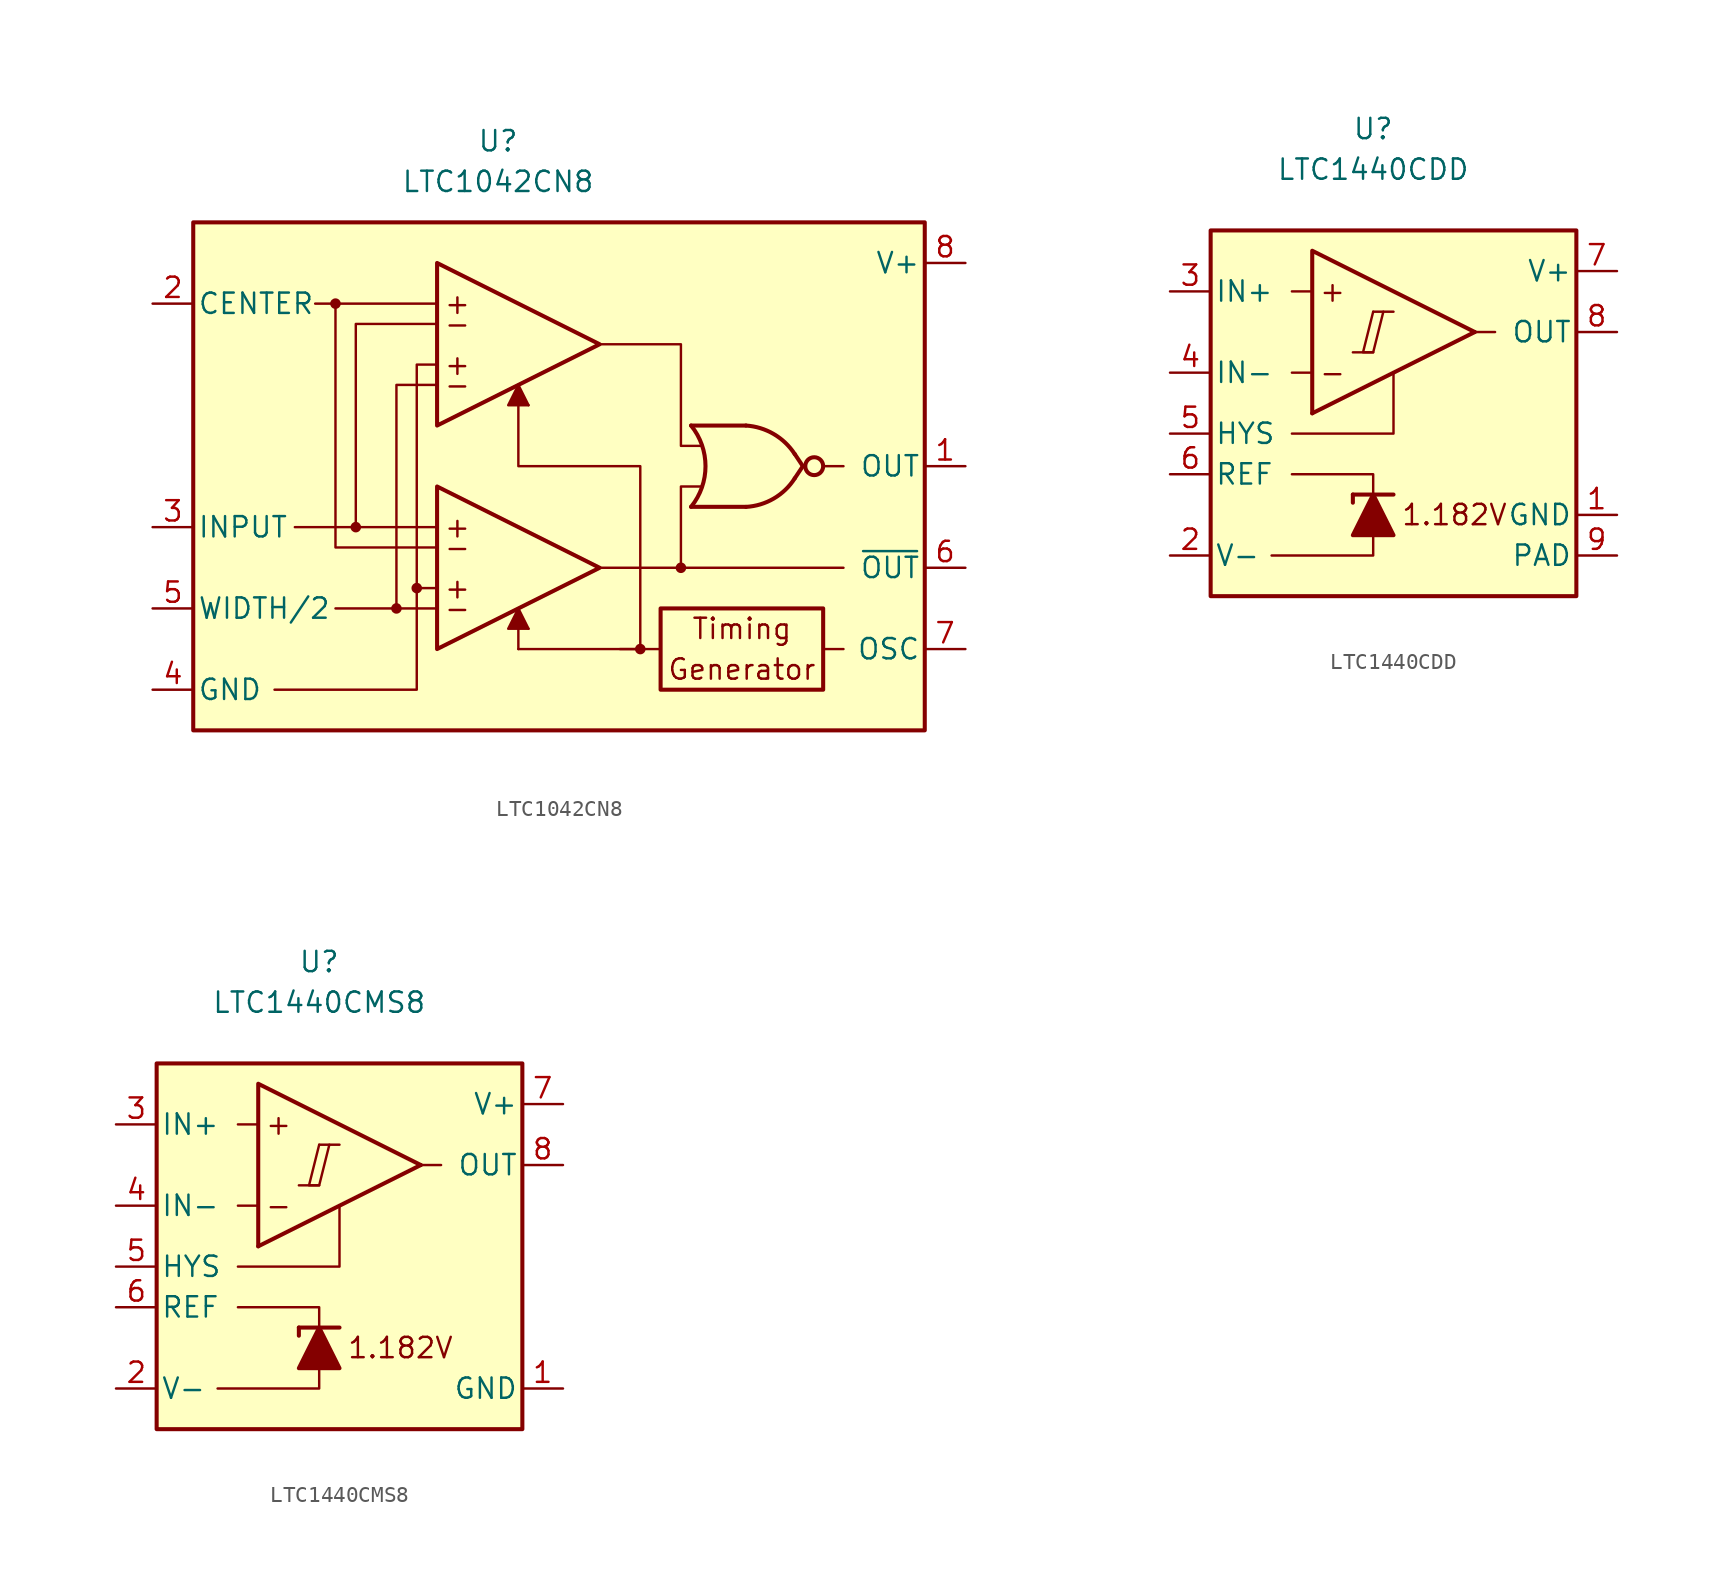
<source format=kicad_sym>
(kicad_symbol_lib
  (version 20231120)
  (generator "kicad_symbol_editor")
  (generator_version "8.0")
  (symbol "LTC1042CN8"
    (pin_names
      (offset 0.254))
    (property "Reference" "U"
      (at 0 20.32 0)
      (effects (font (size 1.27 1.27))))
    (property "Value" "LTC1042CN8"
      (at 0 17.78 0)
      (effects (font (size 1.27 1.27))))
    (symbol "LTC1042CN8_0_0"
      (rectangle (start -19.05 15.24) (end 26.67 -16.51) (stroke (width 0.254) (type default)) (fill (type background)))
      (circle (center -10.16 10.16) (radius 0.254) (stroke (width 0.152) (type default)) (fill (type outline)))
      (circle (center -8.89 -3.81) (radius 0.254) (stroke (width 0.152) (type default)) (fill (type outline)))
      (circle (center -6.35 -8.89) (radius 0.254) (stroke (width 0.152) (type default)) (fill (type outline)))
      (circle (center -5.08 -7.62) (radius 0.254) (stroke (width 0.152) (type default)) (fill (type outline)))
      (polyline (pts (xy -10.16 10.16) (xy -11.43 10.16)) (stroke (width 0.152) (type default)) (fill (type none)))
      (polyline (pts (xy -8.89 -3.81) (xy -12.7 -3.81)) (stroke (width 0.152) (type default)) (fill (type none)))
      (polyline (pts (xy -6.35 -8.89) (xy -10.16 -8.89)) (stroke (width 0.152) (type default)) (fill (type none)))
      (polyline (pts (xy 1.27 -11.43) (xy 1.27 -10.16)) (stroke (width 0.152) (type default)) (fill (type none)))
      (polyline (pts (xy 1.905 -10.16) (xy 1.27 -8.89)) (stroke (width 0.152) (type default)) (fill (type none)))
      (polyline (pts (xy 1.905 3.81) (xy 1.27 5.08)) (stroke (width 0.152) (type default)) (fill (type none)))
      (polyline (pts (xy 10.16 -11.43) (xy 7.62 -11.43)) (stroke (width 0.152) (type default)) (fill (type none)))
      (polyline (pts (xy 11.43 -6.35) (xy 21.59 -6.35)) (stroke (width 0.152) (type default)) (fill (type none)))
      (polyline (pts (xy 12.065 -2.54) (xy 15.494 -2.54)) (stroke (width 0.254) (type default)) (fill (type none)))
      (polyline (pts (xy 12.065 2.54) (xy 15.494 2.54)) (stroke (width 0.254) (type default)) (fill (type none)))
      (polyline (pts (xy 19.05 0) (xy 18.542 -0.762)) (stroke (width 0.254) (type default)) (fill (type none)))
      (polyline (pts (xy 19.05 0) (xy 18.542 0.762)) (stroke (width 0.254) (type default)) (fill (type none)))
      (polyline (pts (xy 20.32 -11.43) (xy 21.59 -11.43)) (stroke (width 0.152) (type default)) (fill (type none)))
      (polyline (pts (xy 20.32 0) (xy 21.59 0)) (stroke (width 0.152) (type default)) (fill (type none)))
      (polyline (pts (xy -5.08 -7.62) (xy -5.08 -13.97) (xy -13.97 -13.97)) (stroke (width 0.152) (type default)) (fill (type none)))
      (polyline (pts (xy 1.27 -8.89) (xy 0.635 -10.16) (xy 1.905 -10.16)) (stroke (width 0.152) (type default)) (fill (type outline)))
      (polyline (pts (xy 1.27 5.08) (xy 0.635 3.81) (xy 1.905 3.81)) (stroke (width 0.152) (type default)) (fill (type outline)))
      (polyline (pts (xy -3.81 -3.81) (xy -8.89 -3.81) (xy -8.89 8.89) (xy -3.81 8.89)) (stroke (width 0.152) (type default)) (fill (type none)))
      (polyline (pts (xy -3.81 5.08) (xy -6.35 5.08) (xy -6.35 -8.89) (xy -3.81 -8.89)) (stroke (width 0.152) (type default)) (fill (type none)))
      (polyline (pts (xy -3.81 6.35) (xy -5.08 6.35) (xy -5.08 -7.62) (xy -3.81 -7.62)) (stroke (width 0.152) (type default)) (fill (type none)))
      (polyline (pts (xy -3.81 10.16) (xy -10.16 10.16) (xy -10.16 -5.08) (xy -3.81 -5.08)) (stroke (width 0.152) (type default)) (fill (type none)))
      (polyline (pts (xy 6.35 -6.35) (xy 11.43 -6.35) (xy 11.43 -1.27) (xy 12.7 -1.27)) (stroke (width 0.152) (type default)) (fill (type none)))
      (polyline (pts (xy 6.35 7.62) (xy 11.43 7.62) (xy 11.43 1.27) (xy 12.7 1.27)) (stroke (width 0.152) (type default)) (fill (type none)))
      (polyline (pts (xy 1.27 -11.43) (xy 8.89 -11.43) (xy 8.89 0) (xy 1.27 0) (xy 1.27 5.08)) (stroke (width 0.152) (type default)) (fill (type none)))
      (circle (center 8.89 -11.43) (radius 0.254) (stroke (width 0.152) (type default)) (fill (type outline)))
      (rectangle (start 10.16 -8.89) (end 20.32 -13.97) (stroke (width 0.254) (type default)) (fill (type none)))
      (circle (center 11.43 -6.35) (radius 0.254) (stroke (width 0.152) (type default)) (fill (type outline)))
      (arc (start 12.065 -2.54) (mid 12.9662 0) (end 12.065 2.54) (stroke (width 0.254) (type default)) (fill (type none)))
      (arc (start 15.494 -2.54) (mid 17.233 -2.0196) (end 18.542 -0.762) (stroke (width 0.254) (type default)) (fill (type none)))
      (arc (start 18.542 0.762) (mid 17.2285 2.0119) (end 15.494 2.54) (stroke (width 0.254) (type default)) (fill (type none)))
      (circle (center 19.761 0) (radius 0.559) (stroke (width 0.254) (type default)) (fill (type none)))
      (text "+" (at -2.54 -7.62 0) (effects (font (size 1.27 1.27))))
      (text "+" (at -2.54 -3.81 0) (effects (font (size 1.27 1.27))))
      (text "+" (at -2.54 6.35 0) (effects (font (size 1.27 1.27))))
      (text "+" (at -2.54 10.16 0) (effects (font (size 1.27 1.27))))
      (text "-" (at -2.54 -8.89 0) (effects (font (size 1.27 1.27))))
      (text "-" (at -2.54 -5.08 0) (effects (font (size 1.27 1.27))))
      (text "-" (at -2.54 5.08 0) (effects (font (size 1.27 1.27))))
      (text "-" (at -2.54 8.89 0) (effects (font (size 1.27 1.27))))
      (text "Generator" (at 15.24 -12.7 0) (effects (font (size 1.27 1.27))))
      (text "Timing" (at 15.24 -10.16 0) (effects (font (size 1.27 1.27)))))
    (symbol "LTC1042CN8_0_1"
      (polyline (pts (xy -3.81 -1.27) (xy -3.81 -11.43) (xy 6.35 -6.35) (xy -3.81 -1.27)) (stroke (width 0.254) (type default)) (fill (type background)))
      (polyline (pts (xy -3.81 12.7) (xy -3.81 2.54) (xy 6.35 7.62) (xy -3.81 12.7)) (stroke (width 0.254) (type default)) (fill (type background))))
    (symbol "LTC1042CN8_1_1"
      (pin output line (at 29.21 0 180) (length 2.54) (name "OUT" (effects (font (size 1.27 1.27)))) (number "1" (effects (font (size 1.27 1.27)))))
      (pin input line (at -21.59 10.16 0) (length 2.54) (name "CENTER" (effects (font (size 1.27 1.27)))) (number "2" (effects (font (size 1.27 1.27)))))
      (pin input line (at -21.59 -3.81 0) (length 2.54) (name "INPUT" (effects (font (size 1.27 1.27)))) (number "3" (effects (font (size 1.27 1.27)))))
      (pin power_in line (at -21.59 -13.97 0) (length 2.54) (name "GND" (effects (font (size 1.27 1.27)))) (number "4" (effects (font (size 1.27 1.27)))))
      (pin input line (at -21.59 -8.89 0) (length 2.54) (name "WIDTH/2" (effects (font (size 1.27 1.27)))) (number "5" (effects (font (size 1.27 1.27)))))
      (pin output line (at 29.21 -6.35 180) (length 2.54) (name "~{OUT}" (effects (font (size 1.27 1.27)))) (number "6" (effects (font (size 1.27 1.27)))))
      (pin passive line (at 29.21 -11.43 180) (length 2.54) (name "OSC" (effects (font (size 1.27 1.27)))) (number "7" (effects (font (size 1.27 1.27)))))
      (pin power_in line (at 29.21 12.7 180) (length 2.54) (name "V+" (effects (font (size 1.27 1.27)))) (number "8" (effects (font (size 1.27 1.27)))))))
  (symbol "LTC1440CDD"
    (pin_names
      (offset 0.254))
    (property "Reference" "U"
      (at 0 16.51 0)
      (effects (font (size 1.27 1.27))))
    (property "Value" "LTC1440CDD"
      (at 0 13.97 0)
      (effects (font (size 1.27 1.27))))
    (symbol "LTC1440CDD_0_0"
      (polyline (pts (xy -1.27 2.54) (xy 0 2.54)) (stroke (width 0.152) (type default)) (fill (type none)))
      (polyline (pts (xy 0 5.08) (xy 1.27 5.08)) (stroke (width 0.152) (type default)) (fill (type none)))
      (polyline (pts (xy 6.35 3.81) (xy -3.81 -1.27)) (stroke (width 0.254) (type default)) (fill (type none)))
      (polyline (pts (xy 6.35 3.81) (xy -3.81 8.89) (xy -3.81 -1.27)) (stroke (width 0.254) (type default)) (fill (type background)))
      (polyline (pts (xy 0 5.08) (xy -0.635 2.54) (xy 0 2.54) (xy 0.635 5.08)) (stroke (width 0.152) (type default)) (fill (type none)))
      (text "+" (at -2.54 6.35 0) (effects (font (size 1.27 1.27))))
      (text "-" (at -2.54 1.27 0) (effects (font (size 1.27 1.27)))))
    (symbol "LTC1440CDD_0_1"
      (polyline (pts (xy -3.81 1.27) (xy -5.08 1.27)) (stroke (width 0) (type default)) (fill (type none)))
      (polyline (pts (xy -3.81 6.35) (xy -5.08 6.35)) (stroke (width 0) (type default)) (fill (type none)))
      (polyline (pts (xy -1.27 -6.35) (xy -1.27 -6.858)) (stroke (width 0.254) (type default)) (fill (type none)))
      (polyline (pts (xy -1.27 -6.35) (xy 1.27 -6.35)) (stroke (width 0.254) (type default)) (fill (type none)))
      (polyline (pts (xy 6.35 3.81) (xy 7.62 3.81)) (stroke (width 0) (type default)) (fill (type none)))
      (polyline (pts (xy 0 -8.89) (xy 0 -10.16) (xy -6.35 -10.16)) (stroke (width 0) (type default)) (fill (type none)))
      (polyline (pts (xy 0 -6.35) (xy 0 -5.08) (xy -5.08 -5.08)) (stroke (width 0) (type default)) (fill (type none)))
      (polyline (pts (xy 1.27 1.27) (xy 1.27 -2.54) (xy -5.08 -2.54)) (stroke (width 0) (type default)) (fill (type none)))
      (polyline (pts (xy 1.27 -8.89) (xy -1.27 -8.89) (xy 0 -6.35) (xy 1.27 -8.89)) (stroke (width 0.254) (type default)) (fill (type outline)))
      (rectangle (start 12.7 10.16) (end -10.16 -12.7) (stroke (width 0.254) (type default)) (fill (type background))))
    (symbol "LTC1440CDD_1_0"
      (text "1.182V" (at 5.08 -7.62 0) (effects (font (size 1.27 1.27)))))
    (symbol "LTC1440CDD_1_1"
      (pin power_in line (at 15.24 -7.62 180) (length 2.54) (name "GND" (effects (font (size 1.27 1.27)))) (number "1" (effects (font (size 1.27 1.27)))))
      (pin power_in line (at -12.7 -10.16 0) (length 2.54) (name "V-" (effects (font (size 1.27 1.27)))) (number "2" (effects (font (size 1.27 1.27)))))
      (pin input line (at -12.7 6.35 0) (length 2.54) (name "IN+" (effects (font (size 1.27 1.27)))) (number "3" (effects (font (size 1.27 1.27)))))
      (pin input line (at -12.7 1.27 0) (length 2.54) (name "IN-" (effects (font (size 1.27 1.27)))) (number "4" (effects (font (size 1.27 1.27)))))
      (pin input line (at -12.7 -2.54 0) (length 2.54) (name "HYS" (effects (font (size 1.27 1.27)))) (number "5" (effects (font (size 1.27 1.27)))))
      (pin output line (at -12.7 -5.08 0) (length 2.54) (name "REF" (effects (font (size 1.27 1.27)))) (number "6" (effects (font (size 1.27 1.27)))))
      (pin power_in line (at 15.24 7.62 180) (length 2.54) (name "V+" (effects (font (size 1.27 1.27)))) (number "7" (effects (font (size 1.27 1.27)))))
      (pin output line (at 15.24 3.81 180) (length 2.54) (name "OUT" (effects (font (size 1.27 1.27)))) (number "8" (effects (font (size 1.27 1.27)))))
      (pin power_in line (at 15.24 -10.16 180) (length 2.54) (name "PAD" (effects (font (size 1.27 1.27)))) (number "9" (effects (font (size 1.27 1.27)))))))
  (symbol "LTC1440CMS8"
    (pin_names
      (offset 0.254))
    (property "Reference" "U"
      (at 0 16.51 0)
      (effects (font (size 1.27 1.27))))
    (property "Value" "LTC1440CMS8"
      (at 0 13.97 0)
      (effects (font (size 1.27 1.27))))
    (symbol "LTC1440CMS8_0_0"
      (polyline (pts (xy -1.27 2.54) (xy 0 2.54)) (stroke (width 0.152) (type default)) (fill (type none)))
      (polyline (pts (xy 0 5.08) (xy 1.27 5.08)) (stroke (width 0.152) (type default)) (fill (type none)))
      (polyline (pts (xy 6.35 3.81) (xy -3.81 -1.27)) (stroke (width 0.254) (type default)) (fill (type none)))
      (polyline (pts (xy 6.35 3.81) (xy -3.81 8.89) (xy -3.81 -1.27)) (stroke (width 0.254) (type default)) (fill (type background)))
      (polyline (pts (xy 0 5.08) (xy -0.635 2.54) (xy 0 2.54) (xy 0.635 5.08)) (stroke (width 0.152) (type default)) (fill (type none)))
      (text "+" (at -2.54 6.35 0) (effects (font (size 1.27 1.27))))
      (text "-" (at -2.54 1.27 0) (effects (font (size 1.27 1.27)))))
    (symbol "LTC1440CMS8_0_1"
      (polyline (pts (xy -3.81 1.27) (xy -5.08 1.27)) (stroke (width 0) (type default)) (fill (type none)))
      (polyline (pts (xy -3.81 6.35) (xy -5.08 6.35)) (stroke (width 0) (type default)) (fill (type none)))
      (polyline (pts (xy -1.27 -6.35) (xy -1.27 -6.858)) (stroke (width 0.254) (type default)) (fill (type none)))
      (polyline (pts (xy -1.27 -6.35) (xy 1.27 -6.35)) (stroke (width 0.254) (type default)) (fill (type none)))
      (polyline (pts (xy 6.35 3.81) (xy 7.62 3.81)) (stroke (width 0) (type default)) (fill (type none)))
      (polyline (pts (xy 0 -8.89) (xy 0 -10.16) (xy -6.35 -10.16)) (stroke (width 0) (type default)) (fill (type none)))
      (polyline (pts (xy 0 -6.35) (xy 0 -5.08) (xy -5.08 -5.08)) (stroke (width 0) (type default)) (fill (type none)))
      (polyline (pts (xy 1.27 1.27) (xy 1.27 -2.54) (xy -5.08 -2.54)) (stroke (width 0) (type default)) (fill (type none)))
      (polyline (pts (xy 1.27 -8.89) (xy -1.27 -8.89) (xy 0 -6.35) (xy 1.27 -8.89)) (stroke (width 0.254) (type default)) (fill (type outline)))
      (rectangle (start 12.7 10.16) (end -10.16 -12.7) (stroke (width 0.254) (type default)) (fill (type background))))
    (symbol "LTC1440CMS8_1_0"
      (text "1.182V" (at 5.08 -7.62 0) (effects (font (size 1.27 1.27)))))
    (symbol "LTC1440CMS8_1_1"
      (pin power_in line (at 15.24 -10.16 180) (length 2.54) (name "GND" (effects (font (size 1.27 1.27)))) (number "1" (effects (font (size 1.27 1.27)))))
      (pin power_in line (at -12.7 -10.16 0) (length 2.54) (name "V-" (effects (font (size 1.27 1.27)))) (number "2" (effects (font (size 1.27 1.27)))))
      (pin input line (at -12.7 6.35 0) (length 2.54) (name "IN+" (effects (font (size 1.27 1.27)))) (number "3" (effects (font (size 1.27 1.27)))))
      (pin input line (at -12.7 1.27 0) (length 2.54) (name "IN-" (effects (font (size 1.27 1.27)))) (number "4" (effects (font (size 1.27 1.27)))))
      (pin input line (at -12.7 -2.54 0) (length 2.54) (name "HYS" (effects (font (size 1.27 1.27)))) (number "5" (effects (font (size 1.27 1.27)))))
      (pin output line (at -12.7 -5.08 0) (length 2.54) (name "REF" (effects (font (size 1.27 1.27)))) (number "6" (effects (font (size 1.27 1.27)))))
      (pin power_in line (at 15.24 7.62 180) (length 2.54) (name "V+" (effects (font (size 1.27 1.27)))) (number "7" (effects (font (size 1.27 1.27)))))
      (pin output line (at 15.24 3.81 180) (length 2.54) (name "OUT" (effects (font (size 1.27 1.27)))) (number "8" (effects (font (size 1.27 1.27))))))))
</source>
